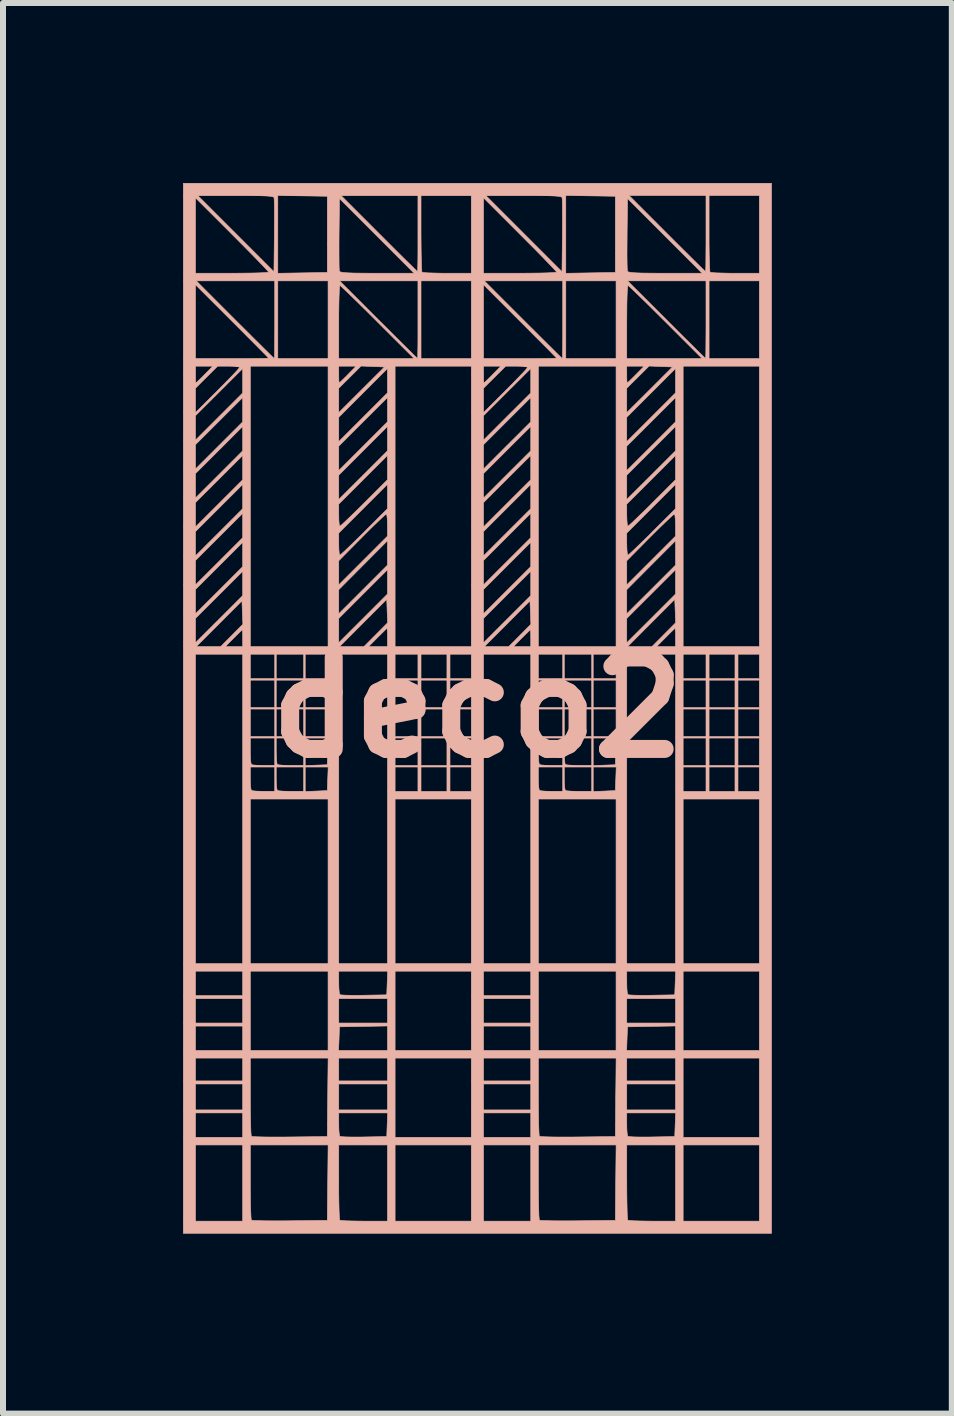
<source format=kicad_pcb>
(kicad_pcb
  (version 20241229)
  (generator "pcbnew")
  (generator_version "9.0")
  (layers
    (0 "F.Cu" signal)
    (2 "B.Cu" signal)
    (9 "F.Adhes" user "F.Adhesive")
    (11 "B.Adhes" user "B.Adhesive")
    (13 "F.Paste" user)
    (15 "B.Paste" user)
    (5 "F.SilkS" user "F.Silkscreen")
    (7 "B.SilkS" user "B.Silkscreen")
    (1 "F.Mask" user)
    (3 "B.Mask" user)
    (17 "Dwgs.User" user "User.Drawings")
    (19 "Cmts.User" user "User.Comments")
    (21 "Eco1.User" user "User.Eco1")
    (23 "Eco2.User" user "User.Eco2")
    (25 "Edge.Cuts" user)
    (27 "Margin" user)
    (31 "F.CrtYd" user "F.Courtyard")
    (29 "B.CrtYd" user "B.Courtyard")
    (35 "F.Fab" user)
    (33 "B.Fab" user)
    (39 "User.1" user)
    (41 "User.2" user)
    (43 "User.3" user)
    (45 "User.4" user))
  (footprint "deco2"
    (layer "F.Cu")
    (at 4.907 8.743)
    (property "Reference" "deco2" (at 0 0 0) (layer "B.SilkS") (effects (font (size 1.524 1.524) (thickness 0.3))))
    (attr through_hole)
    (fp_poly (pts (xy 4.902 8.763) (xy -4.902 8.763) (xy -4.902 7.29) (xy -4.699 7.29) (xy -4.699 8.56) (xy -3.912 8.56) (xy -3.912 7.29) (xy -3.785 7.29) (xy -3.785 7.908) (xy -3.784 8.08) (xy -3.782 8.235) (xy -3.779 8.366) (xy -3.775 8.466) (xy -3.771 8.527) (xy -3.767 8.543) (xy -3.738 8.548) (xy -3.665 8.551) (xy -3.556 8.554) (xy -3.417 8.555) (xy -3.256 8.555) (xy -3.126 8.554) (xy -2.502 8.547) (xy -2.495 7.918) (xy -2.488 7.29) (xy -2.311 7.29) (xy -2.311 7.908) (xy -2.311 8.08) (xy -2.309 8.235) (xy -2.306 8.366) (xy -2.302 8.466) (xy -2.298 8.527) (xy -2.294 8.543) (xy -2.264 8.549) (xy -2.193 8.554) (xy -2.089 8.557) (xy -1.961 8.559) (xy -1.888 8.56) (xy -1.499 8.56) (xy -1.499 7.29) (xy -1.372 7.29) (xy -1.372 8.56) (xy -0.102 8.56) (xy -0.102 7.29) (xy 0.102 7.29) (xy 0.102 8.56) (xy 0.889 8.56) (xy 0.889 7.29) (xy 1.016 7.29) (xy 1.016 7.908) (xy 1.017 8.08) (xy 1.019 8.235) (xy 1.022 8.366) (xy 1.025 8.466) (xy 1.03 8.527) (xy 1.033 8.543) (xy 1.063 8.548) (xy 1.135 8.551) (xy 1.245 8.554) (xy 1.384 8.555) (xy 1.545 8.555) (xy 1.675 8.554) (xy 2.299 8.547) (xy 2.305 7.918) (xy 2.312 7.29) (xy 2.489 7.29) (xy 2.489 7.908) (xy 2.49 8.08) (xy 2.492 8.235) (xy 2.495 8.366) (xy 2.498 8.466) (xy 2.503 8.527) (xy 2.506 8.543) (xy 2.536 8.549) (xy 2.608 8.554) (xy 2.712 8.557) (xy 2.839 8.559) (xy 2.913 8.56) (xy 3.302 8.56) (xy 3.302 7.29) (xy 3.429 7.29) (xy 3.429 8.56) (xy 4.699 8.56) (xy 4.699 7.29) (xy 3.429 7.29) (xy 3.302 7.29) (xy 2.489 7.29) (xy 2.312 7.29) (xy 1.016 7.29) (xy 0.889 7.29) (xy 0.102 7.29) (xy -0.102 7.29) (xy -1.372 7.29) (xy -1.499 7.29) (xy -2.311 7.29) (xy -2.488 7.29) (xy -3.785 7.29) (xy -3.912 7.29) (xy -4.699 7.29) (xy -4.902 7.29) (xy -4.902 6.756) (xy -4.699 6.756) (xy -4.699 7.163) (xy -3.912 7.163) (xy -3.912 6.756) (xy -4.699 6.756) (xy -4.902 6.756) (xy -4.902 6.274) (xy -4.699 6.274) (xy -4.699 6.706) (xy -3.912 6.706) (xy -3.912 6.274) (xy -4.699 6.274) (xy -4.902 6.274) (xy -4.902 5.842) (xy -4.699 5.842) (xy -4.699 6.223) (xy -3.912 6.223) (xy -3.912 5.842) (xy -3.785 5.842) (xy -3.785 6.485) (xy -3.784 6.661) (xy -3.782 6.82) (xy -3.779 6.955) (xy -3.776 7.059) (xy -3.771 7.125) (xy -3.767 7.146) (xy -3.738 7.151) (xy -3.665 7.154) (xy -3.556 7.157) (xy -3.417 7.158) (xy -3.256 7.158) (xy -3.126 7.157) (xy -2.502 7.15) (xy -2.498 6.756) (xy -2.311 6.756) (xy -2.311 6.943) (xy -2.309 7.036) (xy -2.303 7.108) (xy -2.295 7.145) (xy -2.294 7.147) (xy -2.264 7.152) (xy -2.192 7.156) (xy -2.088 7.158) (xy -1.961 7.158) (xy -1.894 7.157) (xy -1.511 7.15) (xy -1.496 6.756) (xy -2.311 6.756) (xy -2.498 6.756) (xy -2.495 6.496) (xy -2.493 6.274) (xy -2.311 6.274) (xy -2.311 6.706) (xy -1.499 6.706) (xy -1.499 6.274) (xy -2.311 6.274) (xy -2.493 6.274) (xy -2.488 5.842) (xy -2.311 5.842) (xy -2.311 6.223) (xy -1.499 6.223) (xy -1.499 5.842) (xy -1.372 5.842) (xy -1.372 7.163) (xy -0.102 7.163) (xy -0.102 6.756) (xy 0.102 6.756) (xy 0.102 7.163) (xy 0.889 7.163) (xy 0.889 6.756) (xy 0.102 6.756) (xy -0.102 6.756) (xy -0.102 6.274) (xy 0.102 6.274) (xy 0.102 6.706) (xy 0.889 6.706) (xy 0.889 6.274) (xy 0.102 6.274) (xy -0.102 6.274) (xy -0.102 5.842) (xy 0.102 5.842) (xy 0.102 6.223) (xy 0.889 6.223) (xy 0.889 5.842) (xy 1.016 5.842) (xy 1.016 6.485) (xy 1.017 6.661) (xy 1.019 6.82) (xy 1.021 6.955) (xy 1.025 7.059) (xy 1.029 7.125) (xy 1.033 7.146) (xy 1.063 7.151) (xy 1.135 7.154) (xy 1.245 7.157) (xy 1.384 7.158) (xy 1.545 7.158) (xy 1.675 7.157) (xy 2.299 7.15) (xy 2.303 6.756) (xy 2.489 6.756) (xy 2.489 6.943) (xy 2.491 7.036) (xy 2.497 7.108) (xy 2.506 7.145) (xy 2.507 7.147) (xy 2.537 7.152) (xy 2.609 7.156) (xy 2.713 7.158) (xy 2.84 7.158) (xy 2.907 7.157) (xy 3.289 7.15) (xy 3.304 6.756) (xy 2.489 6.756) (xy 2.303 6.756) (xy 2.305 6.496) (xy 2.308 6.274) (xy 2.489 6.274) (xy 2.489 6.706) (xy 3.302 6.706) (xy 3.302 6.274) (xy 2.489 6.274) (xy 2.308 6.274) (xy 2.312 5.842) (xy 2.489 5.842) (xy 2.489 6.223) (xy 3.302 6.223) (xy 3.302 5.842) (xy 3.429 5.842) (xy 3.429 7.163) (xy 4.699 7.163) (xy 4.699 5.842) (xy 3.429 5.842) (xy 3.302 5.842) (xy 2.489 5.842) (xy 2.312 5.842) (xy 1.016 5.842) (xy 0.889 5.842) (xy 0.102 5.842) (xy -0.102 5.842) (xy -1.372 5.842) (xy -1.499 5.842) (xy -2.311 5.842) (xy -2.488 5.842) (xy -3.785 5.842) (xy -3.912 5.842) (xy -4.699 5.842) (xy -4.902 5.842) (xy -4.902 5.309) (xy -4.699 5.309) (xy -4.699 5.715) (xy -3.912 5.715) (xy -3.912 5.309) (xy -4.699 5.309) (xy -4.902 5.309) (xy -4.902 4.851) (xy -4.699 4.851) (xy -4.699 5.258) (xy -3.912 5.258) (xy -3.912 4.851) (xy -4.699 4.851) (xy -4.902 4.851) (xy -4.902 4.394) (xy -4.699 4.394) (xy -4.699 4.801) (xy -3.912 4.801) (xy -3.912 4.394) (xy -3.785 4.394) (xy -3.785 5.715) (xy -2.489 5.715) (xy -2.314 5.715) (xy -1.499 5.715) (xy -1.499 5.307) (xy -2.299 5.321) (xy -2.306 5.518) (xy -2.314 5.715) (xy -2.489 5.715) (xy -2.489 4.851) (xy -2.311 4.851) (xy -2.311 5.258) (xy -1.499 5.258) (xy -1.499 4.851) (xy -2.311 4.851) (xy -2.489 4.851) (xy -2.489 4.394) (xy -2.311 4.394) (xy -2.311 4.58) (xy -2.309 4.673) (xy -2.303 4.746) (xy -2.295 4.783) (xy -2.294 4.784) (xy -2.264 4.79) (xy -2.192 4.794) (xy -2.088 4.796) (xy -1.961 4.796) (xy -1.894 4.795) (xy -1.511 4.788) (xy -1.496 4.394) (xy -1.372 4.394) (xy -1.372 5.715) (xy -0.102 5.715) (xy -0.102 5.309) (xy 0.102 5.309) (xy 0.102 5.715) (xy 0.889 5.715) (xy 0.889 5.309) (xy 0.102 5.309) (xy -0.102 5.309) (xy -0.102 4.851) (xy 0.102 4.851) (xy 0.102 5.258) (xy 0.889 5.258) (xy 0.889 4.851) (xy 0.102 4.851) (xy -0.102 4.851) (xy -0.102 4.394) (xy 0.102 4.394) (xy 0.102 4.801) (xy 0.889 4.801) (xy 0.889 4.394) (xy 1.016 4.394) (xy 1.016 5.715) (xy 2.311 5.715) (xy 2.487 5.715) (xy 3.302 5.715) (xy 3.302 5.307) (xy 2.502 5.321) (xy 2.494 5.518) (xy 2.487 5.715) (xy 2.311 5.715) (xy 2.311 4.851) (xy 2.489 4.851) (xy 2.489 5.258) (xy 3.302 5.258) (xy 3.302 4.851) (xy 2.489 4.851) (xy 2.311 4.851) (xy 2.311 4.394) (xy 2.489 4.394) (xy 2.489 4.58) (xy 2.491 4.673) (xy 2.497 4.746) (xy 2.506 4.783) (xy 2.507 4.784) (xy 2.537 4.79) (xy 2.609 4.794) (xy 2.713 4.796) (xy 2.84 4.796) (xy 2.907 4.795) (xy 3.289 4.788) (xy 3.304 4.394) (xy 3.429 4.394) (xy 3.429 5.715) (xy 4.699 5.715) (xy 4.699 4.394) (xy 3.429 4.394) (xy 3.304 4.394) (xy 2.489 4.394) (xy 2.311 4.394) (xy 1.016 4.394) (xy 0.889 4.394) (xy 0.102 4.394) (xy -0.102 4.394) (xy -1.372 4.394) (xy -1.496 4.394) (xy -2.311 4.394) (xy -2.489 4.394) (xy -3.785 4.394) (xy -3.912 4.394) (xy -4.699 4.394) (xy -4.902 4.394) (xy -4.902 -0.889) (xy -4.699 -0.889) (xy -4.699 4.267) (xy -3.912 4.267) (xy -3.912 1.524) (xy -3.785 1.524) (xy -3.785 4.267) (xy -2.489 4.267) (xy -2.489 1.524) (xy -3.785 1.524) (xy -3.912 1.524) (xy -3.912 0.991) (xy -3.785 0.991) (xy -3.785 1.177) (xy -3.782 1.27) (xy -3.777 1.342) (xy -3.769 1.379) (xy -3.768 1.38) (xy -3.736 1.388) (xy -3.667 1.394) (xy -3.576 1.397) (xy -3.564 1.397) (xy -3.378 1.397) (xy -3.378 0.991) (xy -3.353 0.991) (xy -3.353 1.177) (xy -3.351 1.27) (xy -3.345 1.342) (xy -3.337 1.379) (xy -3.336 1.38) (xy -3.304 1.388) (xy -3.235 1.394) (xy -3.141 1.397) (xy -3.107 1.397) (xy -2.896 1.397) (xy -2.896 0.991) (xy -2.87 0.991) (xy -2.87 1.399) (xy -2.686 1.392) (xy -2.502 1.384) (xy -2.487 0.991) (xy -2.87 0.991) (xy -2.896 0.991) (xy -3.353 0.991) (xy -3.378 0.991) (xy -3.785 0.991) (xy -3.912 0.991) (xy -3.912 0.508) (xy -3.785 0.508) (xy -3.785 0.72) (xy -3.783 0.819) (xy -3.778 0.898) (xy -3.77 0.943) (xy -3.768 0.948) (xy -3.736 0.957) (xy -3.667 0.963) (xy -3.576 0.965) (xy -3.564 0.965) (xy -3.378 0.965) (xy -3.378 0.508) (xy -3.353 0.508) (xy -3.353 0.72) (xy -3.351 0.819) (xy -3.346 0.898) (xy -3.339 0.943) (xy -3.336 0.948) (xy -3.304 0.956) (xy -3.235 0.962) (xy -3.141 0.965) (xy -3.107 0.965) (xy -2.896 0.965) (xy -2.896 0.508) (xy -2.87 0.508) (xy -2.87 0.967) (xy -2.686 0.96) (xy -2.502 0.953) (xy -2.495 0.73) (xy -2.487 0.508) (xy -2.87 0.508) (xy -2.896 0.508) (xy -3.353 0.508) (xy -3.378 0.508) (xy -3.785 0.508) (xy -3.912 0.508) (xy -3.912 0.025) (xy -3.785 0.025) (xy -3.785 0.483) (xy -3.378 0.483) (xy -3.378 0.025) (xy -3.353 0.025) (xy -3.353 0.483) (xy -2.896 0.483) (xy -2.896 0.025) (xy -2.87 0.025) (xy -2.87 0.483) (xy -2.489 0.483) (xy -2.489 0.025) (xy -2.87 0.025) (xy -2.896 0.025) (xy -3.353 0.025) (xy -3.378 0.025) (xy -3.785 0.025) (xy -3.912 0.025) (xy -3.912 -0.457) (xy -3.785 -0.457) (xy -3.785 0) (xy -3.378 0) (xy -3.378 -0.457) (xy -3.353 -0.457) (xy -3.353 0) (xy -2.896 0) (xy -2.896 -0.457) (xy -2.87 -0.457) (xy -2.87 0) (xy -2.489 0) (xy -2.489 -0.457) (xy -2.87 -0.457) (xy -2.896 -0.457) (xy -3.353 -0.457) (xy -3.378 -0.457) (xy -3.785 -0.457) (xy -3.912 -0.457) (xy -3.912 -0.889) (xy -3.785 -0.889) (xy -3.785 -0.483) (xy -3.378 -0.483) (xy -3.378 -0.889) (xy -3.353 -0.889) (xy -3.353 -0.483) (xy -2.896 -0.483) (xy -2.896 -0.889) (xy -2.87 -0.889) (xy -2.87 -0.483) (xy -2.489 -0.483) (xy -2.489 -0.889) (xy -2.311 -0.889) (xy -2.311 4.267) (xy -1.499 4.267) (xy -1.499 1.524) (xy -1.372 1.524) (xy -1.372 4.267) (xy -0.102 4.267) (xy -0.102 1.524) (xy -1.372 1.524) (xy -1.499 1.524) (xy -1.499 0.991) (xy -1.372 0.991) (xy -1.372 1.397) (xy -0.991 1.397) (xy -0.991 0.991) (xy -0.94 0.991) (xy -0.94 1.397) (xy -0.508 1.397) (xy -0.508 0.991) (xy -0.457 0.991) (xy -0.457 1.397) (xy -0.102 1.397) (xy -0.102 0.991) (xy -0.457 0.991) (xy -0.508 0.991) (xy -0.94 0.991) (xy -0.991 0.991) (xy -1.372 0.991) (xy -1.499 0.991) (xy -1.499 0.508) (xy -1.372 0.508) (xy -1.372 0.965) (xy -0.991 0.965) (xy -0.991 0.508) (xy -0.94 0.508) (xy -0.94 0.965) (xy -0.508 0.965) (xy -0.508 0.508) (xy -0.457 0.508) (xy -0.457 0.965) (xy -0.102 0.965) (xy -0.102 0.508) (xy -0.457 0.508) (xy -0.508 0.508) (xy -0.94 0.508) (xy -0.991 0.508) (xy -1.372 0.508) (xy -1.499 0.508) (xy -1.499 0.025) (xy -1.372 0.025) (xy -1.372 0.483) (xy -0.991 0.483) (xy -0.991 0.025) (xy -0.94 0.025) (xy -0.94 0.483) (xy -0.508 0.483) (xy -0.508 0.025) (xy -0.457 0.025) (xy -0.457 0.483) (xy -0.102 0.483) (xy -0.102 0.025) (xy -0.457 0.025) (xy -0.508 0.025) (xy -0.94 0.025) (xy -0.991 0.025) (xy -1.372 0.025) (xy -1.499 0.025) (xy -1.499 -0.457) (xy -1.372 -0.457) (xy -1.372 0) (xy -0.991 0) (xy -0.991 -0.457) (xy -0.94 -0.457) (xy -0.94 0) (xy -0.508 0) (xy -0.508 -0.457) (xy -0.457 -0.457) (xy -0.457 0) (xy -0.102 0) (xy -0.102 -0.457) (xy -0.457 -0.457) (xy -0.508 -0.457) (xy -0.94 -0.457) (xy -0.991 -0.457) (xy -1.372 -0.457) (xy -1.499 -0.457) (xy -1.499 -0.889) (xy -1.372 -0.889) (xy -1.372 -0.483) (xy -0.991 -0.483) (xy -0.991 -0.889) (xy -0.94 -0.889) (xy -0.94 -0.483) (xy -0.508 -0.483) (xy -0.508 -0.889) (xy -0.457 -0.889) (xy -0.457 -0.483) (xy -0.102 -0.483) (xy -0.102 -0.889) (xy 0.102 -0.889) (xy 0.102 4.267) (xy 0.889 4.267) (xy 0.889 1.524) (xy 1.016 1.524) (xy 1.016 4.267) (xy 2.311 4.267) (xy 2.311 1.524) (xy 1.016 1.524) (xy 0.889 1.524) (xy 0.889 0.991) (xy 1.016 0.991) (xy 1.016 1.177) (xy 1.018 1.27) (xy 1.024 1.342) (xy 1.032 1.379) (xy 1.033 1.38) (xy 1.065 1.388) (xy 1.134 1.394) (xy 1.225 1.397) (xy 1.236 1.397) (xy 1.422 1.397) (xy 1.422 0.991) (xy 1.448 0.991) (xy 1.448 1.177) (xy 1.45 1.27) (xy 1.456 1.342) (xy 1.464 1.379) (xy 1.465 1.38) (xy 1.496 1.388) (xy 1.566 1.394) (xy 1.66 1.397) (xy 1.693 1.397) (xy 1.905 1.397) (xy 1.905 0.991) (xy 1.93 0.991) (xy 1.93 1.399) (xy 2.115 1.392) (xy 2.299 1.384) (xy 2.314 0.991) (xy 1.93 0.991) (xy 1.905 0.991) (xy 1.448 0.991) (xy 1.422 0.991) (xy 1.016 0.991) (xy 0.889 0.991) (xy 0.889 0.508) (xy 1.016 0.508) (xy 1.016 0.72) (xy 1.018 0.819) (xy 1.023 0.898) (xy 1.03 0.943) (xy 1.033 0.948) (xy 1.065 0.957) (xy 1.134 0.963) (xy 1.225 0.965) (xy 1.236 0.965) (xy 1.422 0.965) (xy 1.422 0.508) (xy 1.448 0.508) (xy 1.448 0.72) (xy 1.45 0.819) (xy 1.455 0.898) (xy 1.462 0.943) (xy 1.465 0.948) (xy 1.496 0.956) (xy 1.566 0.962) (xy 1.66 0.965) (xy 1.693 0.965) (xy 1.905 0.965) (xy 1.905 0.508) (xy 1.93 0.508) (xy 1.93 0.967) (xy 2.115 0.96) (xy 2.299 0.953) (xy 2.306 0.73) (xy 2.313 0.508) (xy 1.93 0.508) (xy 1.905 0.508) (xy 1.448 0.508) (xy 1.422 0.508) (xy 1.016 0.508) (xy 0.889 0.508) (xy 0.889 0.025) (xy 1.016 0.025) (xy 1.016 0.483) (xy 1.422 0.483) (xy 1.422 0.025) (xy 1.448 0.025) (xy 1.448 0.483) (xy 1.905 0.483) (xy 1.905 0.025) (xy 1.93 0.025) (xy 1.93 0.483) (xy 2.311 0.483) (xy 2.311 0.025) (xy 1.93 0.025) (xy 1.905 0.025) (xy 1.448 0.025) (xy 1.422 0.025) (xy 1.016 0.025) (xy 0.889 0.025) (xy 0.889 -0.457) (xy 1.016 -0.457) (xy 1.016 0) (xy 1.422 0) (xy 1.422 -0.457) (xy 1.448 -0.457) (xy 1.448 0) (xy 1.905 0) (xy 1.905 -0.457) (xy 1.93 -0.457) (xy 1.93 0) (xy 2.311 0) (xy 2.311 -0.457) (xy 1.93 -0.457) (xy 1.905 -0.457) (xy 1.448 -0.457) (xy 1.422 -0.457) (xy 1.016 -0.457) (xy 0.889 -0.457) (xy 0.889 -0.889) (xy 1.016 -0.889) (xy 1.016 -0.483) (xy 1.422 -0.483) (xy 1.422 -0.889) (xy 1.448 -0.889) (xy 1.448 -0.483) (xy 1.905 -0.483) (xy 1.905 -0.889) (xy 1.93 -0.889) (xy 1.93 -0.483) (xy 2.311 -0.483) (xy 2.311 -0.889) (xy 2.489 -0.889) (xy 2.489 4.267) (xy 3.302 4.267) (xy 3.302 1.524) (xy 3.429 1.524) (xy 3.429 4.267) (xy 4.699 4.267) (xy 4.699 1.524) (xy 3.429 1.524) (xy 3.302 1.524) (xy 3.302 0.991) (xy 3.429 0.991) (xy 3.429 1.397) (xy 3.81 1.397) (xy 3.81 0.991) (xy 3.861 0.991) (xy 3.861 1.397) (xy 4.293 1.397) (xy 4.293 0.991) (xy 4.343 0.991) (xy 4.343 1.397) (xy 4.699 1.397) (xy 4.699 0.991) (xy 4.343 0.991) (xy 4.293 0.991) (xy 3.861 0.991) (xy 3.81 0.991) (xy 3.429 0.991) (xy 3.302 0.991) (xy 3.302 0.508) (xy 3.429 0.508) (xy 3.429 0.965) (xy 3.81 0.965) (xy 3.81 0.508) (xy 3.861 0.508) (xy 3.861 0.965) (xy 4.293 0.965) (xy 4.293 0.508) (xy 4.343 0.508) (xy 4.343 0.965) (xy 4.699 0.965) (xy 4.699 0.508) (xy 4.343 0.508) (xy 4.293 0.508) (xy 3.861 0.508) (xy 3.81 0.508) (xy 3.429 0.508) (xy 3.302 0.508) (xy 3.302 0.025) (xy 3.429 0.025) (xy 3.429 0.483) (xy 3.81 0.483) (xy 3.81 0.025) (xy 3.861 0.025) (xy 3.861 0.483) (xy 4.293 0.483) (xy 4.293 0.025) (xy 4.343 0.025) (xy 4.343 0.483) (xy 4.699 0.483) (xy 4.699 0.025) (xy 4.343 0.025) (xy 4.293 0.025) (xy 3.861 0.025) (xy 3.81 0.025) (xy 3.429 0.025) (xy 3.302 0.025) (xy 3.302 -0.457) (xy 3.429 -0.457) (xy 3.429 0) (xy 3.81 0) (xy 3.81 -0.457) (xy 3.861 -0.457) (xy 3.861 0) (xy 4.293 0) (xy 4.293 -0.457) (xy 4.343 -0.457) (xy 4.343 0) (xy 4.699 0) (xy 4.699 -0.457) (xy 4.343 -0.457) (xy 4.293 -0.457) (xy 3.861 -0.457) (xy 3.81 -0.457) (xy 3.429 -0.457) (xy 3.302 -0.457) (xy 3.302 -0.889) (xy 3.429 -0.889) (xy 3.429 -0.483) (xy 3.81 -0.483) (xy 3.81 -0.889) (xy 3.861 -0.889) (xy 3.861 -0.483) (xy 4.293 -0.483) (xy 4.293 -0.889) (xy 4.343 -0.889) (xy 4.343 -0.483) (xy 4.699 -0.483) (xy 4.699 -0.889) (xy 4.343 -0.889) (xy 4.293 -0.889) (xy 3.861 -0.889) (xy 3.81 -0.889) (xy 3.429 -0.889) (xy 3.302 -0.889) (xy 2.489 -0.889) (xy 2.311 -0.889) (xy 1.93 -0.889) (xy 1.905 -0.889) (xy 1.448 -0.889) (xy 1.422 -0.889) (xy 1.016 -0.889) (xy 0.889 -0.889) (xy 0.102 -0.889) (xy -0.102 -0.889) (xy -0.457 -0.889) (xy -0.508 -0.889) (xy -0.94 -0.889) (xy -0.991 -0.889) (xy -1.372 -0.889) (xy -1.499 -0.889) (xy -2.311 -0.889) (xy -2.489 -0.889) (xy -2.87 -0.889) (xy -2.896 -0.889) (xy -3.353 -0.889) (xy -3.378 -0.889) (xy -3.785 -0.889) (xy -3.912 -0.889) (xy -4.699 -0.889) (xy -4.902 -0.889) (xy -4.902 -1.016) (xy -4.686 -1.016) (xy -4.279 -1.016) (xy -4.202 -1.016) (xy -3.912 -1.016) (xy -3.912 -1.156) (xy -3.913 -1.232) (xy -3.916 -1.283) (xy -3.919 -1.295) (xy -3.939 -1.279) (xy -3.985 -1.234) (xy -4.049 -1.171) (xy -4.064 -1.156) (xy -4.202 -1.016) (xy -4.279 -1.016) (xy -4.094 -1.202) (xy -3.909 -1.388) (xy -3.917 -1.583) (xy -3.924 -1.779) (xy -4.305 -1.397) (xy -4.686 -1.016) (xy -4.902 -1.016) (xy -4.902 -1.487) (xy -4.699 -1.487) (xy -4.699 -1.08) (xy -4.305 -1.473) (xy -3.912 -1.866) (xy -3.912 -2.273) (xy -4.305 -1.88) (xy -4.699 -1.487) (xy -4.902 -1.487) (xy -4.902 -1.969) (xy -4.699 -1.969) (xy -4.699 -1.563) (xy -4.305 -1.956) (xy -3.912 -2.349) (xy -3.912 -2.755) (xy -4.305 -2.362) (xy -4.699 -1.969) (xy -4.902 -1.969) (xy -4.902 -2.452) (xy -4.699 -2.452) (xy -4.699 -2.045) (xy -4.305 -2.438) (xy -3.912 -2.831) (xy -3.912 -3.238) (xy -4.305 -2.845) (xy -4.699 -2.452) (xy -4.902 -2.452) (xy -4.902 -2.934) (xy -4.699 -2.934) (xy -4.699 -2.528) (xy -4.305 -2.921) (xy -3.912 -3.314) (xy -3.912 -3.72) (xy -4.305 -3.327) (xy -4.699 -2.934) (xy -4.902 -2.934) (xy -4.902 -3.417) (xy -4.699 -3.417) (xy -4.699 -3.011) (xy -4.305 -3.404) (xy -3.912 -3.797) (xy -3.912 -4.203) (xy -4.305 -3.81) (xy -4.699 -3.417) (xy -4.902 -3.417) (xy -4.902 -3.9) (xy -4.699 -3.9) (xy -4.699 -3.493) (xy -4.305 -3.886) (xy -3.912 -4.279) (xy -3.912 -4.686) (xy -4.305 -4.293) (xy -4.699 -3.9) (xy -4.902 -3.9) (xy -4.902 -4.382) (xy -4.699 -4.382) (xy -4.699 -3.976) (xy -4.305 -4.369) (xy -3.912 -4.762) (xy -3.912 -5.168) (xy -4.305 -4.775) (xy -4.699 -4.382) (xy -4.902 -4.382) (xy -4.902 -4.865) (xy -4.699 -4.865) (xy -4.699 -4.458) (xy -4.305 -4.851) (xy -3.912 -5.244) (xy -3.912 -5.651) (xy -4.305 -5.258) (xy -4.699 -4.865) (xy -4.902 -4.865) (xy -4.902 -5.323) (xy -4.699 -5.323) (xy -4.699 -4.916) (xy -4.331 -5.283) (xy -4.22 -5.395) (xy -4.122 -5.495) (xy -4.043 -5.577) (xy -3.989 -5.637) (xy -3.963 -5.668) (xy -3.962 -5.67) (xy -3.986 -5.68) (xy -4.047 -5.687) (xy -4.134 -5.69) (xy -4.146 -5.69) (xy -3.785 -5.69) (xy -3.785 -1.016) (xy -2.489 -1.016) (xy -2.298 -1.016) (xy -1.891 -1.016) (xy -1.815 -1.016) (xy -1.499 -1.016) (xy -1.499 -1.168) (xy -1.5 -1.249) (xy -1.502 -1.304) (xy -1.506 -1.321) (xy -1.526 -1.304) (xy -1.572 -1.259) (xy -1.637 -1.195) (xy -1.664 -1.168) (xy -1.815 -1.016) (xy -1.891 -1.016) (xy -1.496 -1.413) (xy -1.504 -1.609) (xy -1.511 -1.804) (xy -1.905 -1.41) (xy -2.298 -1.016) (xy -2.489 -1.016) (xy -2.489 -1.486) (xy -2.311 -1.486) (xy -2.311 -1.08) (xy -1.905 -1.486) (xy -1.499 -1.892) (xy -1.499 -2.298) (xy -1.905 -1.892) (xy -2.311 -1.486) (xy -2.489 -1.486) (xy -2.489 -1.965) (xy -2.311 -1.965) (xy -2.311 -1.563) (xy -1.905 -1.968) (xy -1.499 -2.374) (xy -1.499 -2.578) (xy -1.499 -2.781) (xy -1.905 -2.373) (xy -2.311 -1.965) (xy -2.489 -1.965) (xy -2.489 -2.447) (xy -2.311 -2.447) (xy -2.311 -2.045) (xy -1.905 -2.451) (xy -1.499 -2.857) (xy -1.499 -3.041) (xy -1.501 -3.131) (xy -1.508 -3.196) (xy -1.517 -3.225) (xy -1.519 -3.226) (xy -1.542 -3.209) (xy -1.595 -3.16) (xy -1.673 -3.086) (xy -1.77 -2.992) (xy -1.88 -2.882) (xy -1.925 -2.837) (xy -2.311 -2.447) (xy -2.489 -2.447) (xy -2.489 -2.909) (xy -2.311 -2.909) (xy -2.311 -2.724) (xy -2.309 -2.635) (xy -2.303 -2.569) (xy -2.294 -2.54) (xy -2.293 -2.54) (xy -2.27 -2.557) (xy -2.217 -2.605) (xy -2.139 -2.679) (xy -2.042 -2.773) (xy -1.931 -2.882) (xy -1.886 -2.927) (xy -1.499 -3.314) (xy -1.499 -3.721) (xy -1.905 -3.315) (xy -2.311 -2.909) (xy -2.489 -2.909) (xy -2.489 -3.391) (xy -2.311 -3.391) (xy -2.311 -3.207) (xy -2.309 -3.118) (xy -2.303 -3.052) (xy -2.294 -3.023) (xy -2.293 -3.023) (xy -2.27 -3.04) (xy -2.217 -3.088) (xy -2.139 -3.162) (xy -2.042 -3.256) (xy -1.931 -3.365) (xy -1.886 -3.41) (xy -1.499 -3.797) (xy -1.499 -4.203) (xy -1.905 -3.797) (xy -2.311 -3.391) (xy -2.489 -3.391) (xy -2.489 -3.874) (xy -2.311 -3.874) (xy -2.311 -3.468) (xy -1.905 -3.873) (xy -1.499 -4.279) (xy -1.499 -4.686) (xy -1.905 -4.28) (xy -2.311 -3.874) (xy -2.489 -3.874) (xy -2.489 -4.357) (xy -2.311 -4.357) (xy -2.311 -3.95) (xy -1.905 -4.356) (xy -1.499 -4.762) (xy -1.499 -5.168) (xy -1.905 -4.763) (xy -2.311 -4.357) (xy -2.489 -4.357) (xy -2.489 -4.839) (xy -2.311 -4.839) (xy -2.311 -4.433) (xy -1.905 -4.839) (xy -1.499 -5.245) (xy -1.499 -5.651) (xy -1.905 -5.245) (xy -2.311 -4.839) (xy -2.489 -4.839) (xy -2.489 -5.323) (xy -2.311 -5.323) (xy -2.311 -4.916) (xy -1.93 -5.296) (xy -1.548 -5.677) (xy -1.744 -5.684) (xy -1.88 -5.69) (xy -1.372 -5.69) (xy -1.372 -1.016) (xy -0.102 -1.016) (xy 0.115 -1.016) (xy 0.522 -1.016) (xy 0.599 -1.016) (xy 0.889 -1.016) (xy 0.889 -1.156) (xy 0.888 -1.232) (xy 0.885 -1.283) (xy 0.882 -1.295) (xy 0.862 -1.279) (xy 0.816 -1.234) (xy 0.752 -1.171) (xy 0.737 -1.156) (xy 0.599 -1.016) (xy 0.522 -1.016) (xy 0.707 -1.202) (xy 0.891 -1.388) (xy 0.884 -1.583) (xy 0.876 -1.779) (xy 0.496 -1.397) (xy 0.115 -1.016) (xy -0.102 -1.016) (xy -0.102 -1.487) (xy 0.102 -1.487) (xy 0.102 -1.08) (xy 0.495 -1.473) (xy 0.889 -1.866) (xy 0.889 -2.273) (xy 0.495 -1.88) (xy 0.102 -1.487) (xy -0.102 -1.487) (xy -0.102 -1.969) (xy 0.102 -1.969) (xy 0.102 -1.563) (xy 0.495 -1.956) (xy 0.889 -2.349) (xy 0.889 -2.755) (xy 0.495 -2.362) (xy 0.102 -1.969) (xy -0.102 -1.969) (xy -0.102 -2.452) (xy 0.102 -2.452) (xy 0.102 -2.045) (xy 0.495 -2.438) (xy 0.889 -2.831) (xy 0.889 -3.238) (xy 0.495 -2.845) (xy 0.102 -2.452) (xy -0.102 -2.452) (xy -0.102 -2.934) (xy 0.102 -2.934) (xy 0.102 -2.528) (xy 0.495 -2.921) (xy 0.889 -3.314) (xy 0.889 -3.72) (xy 0.495 -3.327) (xy 0.102 -2.934) (xy -0.102 -2.934) (xy -0.102 -3.417) (xy 0.102 -3.417) (xy 0.102 -3.011) (xy 0.495 -3.404) (xy 0.889 -3.797) (xy 0.889 -4.203) (xy 0.495 -3.81) (xy 0.102 -3.417) (xy -0.102 -3.417) (xy -0.102 -3.9) (xy 0.102 -3.9) (xy 0.102 -3.493) (xy 0.495 -3.886) (xy 0.889 -4.279) (xy 0.889 -4.686) (xy 0.495 -4.293) (xy 0.102 -3.9) (xy -0.102 -3.9) (xy -0.102 -4.382) (xy 0.102 -4.382) (xy 0.102 -3.976) (xy 0.495 -4.369) (xy 0.889 -4.762) (xy 0.889 -5.168) (xy 0.495 -4.775) (xy 0.102 -4.382) (xy -0.102 -4.382) (xy -0.102 -4.865) (xy 0.102 -4.865) (xy 0.102 -4.458) (xy 0.495 -4.851) (xy 0.889 -5.244) (xy 0.889 -5.651) (xy 0.495 -5.258) (xy 0.102 -4.865) (xy -0.102 -4.865) (xy -0.102 -5.323) (xy 0.102 -5.323) (xy 0.102 -4.916) (xy 0.47 -5.283) (xy 0.581 -5.395) (xy 0.678 -5.495) (xy 0.757 -5.577) (xy 0.812 -5.637) (xy 0.837 -5.668) (xy 0.838 -5.67) (xy 0.815 -5.68) (xy 0.753 -5.687) (xy 0.667 -5.69) (xy 0.655 -5.69) (xy 1.016 -5.69) (xy 1.016 -1.016) (xy 2.311 -1.016) (xy 2.503 -1.016) (xy 2.909 -1.016) (xy 2.986 -1.016) (xy 3.302 -1.016) (xy 3.302 -1.168) (xy 3.301 -1.249) (xy 3.298 -1.304) (xy 3.295 -1.321) (xy 3.275 -1.304) (xy 3.228 -1.259) (xy 3.164 -1.195) (xy 3.137 -1.168) (xy 2.986 -1.016) (xy 2.909 -1.016) (xy 3.304 -1.413) (xy 3.297 -1.609) (xy 3.289 -1.804) (xy 2.896 -1.41) (xy 2.503 -1.016) (xy 2.311 -1.016) (xy 2.311 -1.486) (xy 2.489 -1.486) (xy 2.489 -1.08) (xy 2.896 -1.486) (xy 3.302 -1.892) (xy 3.302 -2.298) (xy 2.896 -1.892) (xy 2.489 -1.486) (xy 2.311 -1.486) (xy 2.311 -1.965) (xy 2.489 -1.965) (xy 2.489 -1.563) (xy 2.896 -1.968) (xy 3.302 -2.374) (xy 3.302 -2.578) (xy 3.302 -2.781) (xy 2.895 -2.373) (xy 2.489 -1.965) (xy 2.311 -1.965) (xy 2.311 -2.447) (xy 2.489 -2.447) (xy 2.489 -2.045) (xy 2.896 -2.451) (xy 3.302 -2.857) (xy 3.302 -3.041) (xy 3.299 -3.131) (xy 3.293 -3.196) (xy 3.283 -3.225) (xy 3.282 -3.226) (xy 3.259 -3.209) (xy 3.206 -3.16) (xy 3.128 -3.086) (xy 3.031 -2.992) (xy 2.92 -2.882) (xy 2.875 -2.837) (xy 2.489 -2.447) (xy 2.311 -2.447) (xy 2.311 -2.909) (xy 2.489 -2.909) (xy 2.489 -2.724) (xy 2.492 -2.635) (xy 2.498 -2.569) (xy 2.507 -2.54) (xy 2.508 -2.54) (xy 2.531 -2.557) (xy 2.584 -2.605) (xy 2.661 -2.679) (xy 2.759 -2.773) (xy 2.87 -2.882) (xy 2.914 -2.927) (xy 3.302 -3.314) (xy 3.302 -3.721) (xy 2.896 -3.315) (xy 2.489 -2.909) (xy 2.311 -2.909) (xy 2.311 -3.391) (xy 2.489 -3.391) (xy 2.489 -3.207) (xy 2.492 -3.118) (xy 2.498 -3.052) (xy 2.507 -3.023) (xy 2.508 -3.023) (xy 2.531 -3.04) (xy 2.584 -3.088) (xy 2.661 -3.162) (xy 2.759 -3.256) (xy 2.87 -3.365) (xy 2.914 -3.41) (xy 3.302 -3.797) (xy 3.302 -4.203) (xy 2.896 -3.797) (xy 2.489 -3.391) (xy 2.311 -3.391) (xy 2.311 -3.874) (xy 2.489 -3.874) (xy 2.489 -3.468) (xy 2.896 -3.873) (xy 3.302 -4.279) (xy 3.302 -4.686) (xy 2.896 -4.28) (xy 2.489 -3.874) (xy 2.311 -3.874) (xy 2.311 -4.357) (xy 2.489 -4.357) (xy 2.489 -3.95) (xy 2.896 -4.356) (xy 3.302 -4.762) (xy 3.302 -5.168) (xy 2.896 -4.763) (xy 2.489 -4.357) (xy 2.311 -4.357) (xy 2.311 -4.839) (xy 2.489 -4.839) (xy 2.489 -4.433) (xy 2.896 -4.839) (xy 3.302 -5.245) (xy 3.302 -5.651) (xy 2.896 -5.245) (xy 2.489 -4.839) (xy 2.311 -4.839) (xy 2.311 -5.323) (xy 2.489 -5.323) (xy 2.489 -4.916) (xy 2.871 -5.296) (xy 3.252 -5.677) (xy 3.057 -5.684) (xy 2.921 -5.69) (xy 3.429 -5.69) (xy 3.429 -1.016) (xy 4.699 -1.016) (xy 4.699 -5.69) (xy 3.429 -5.69) (xy 2.921 -5.69) (xy 2.861 -5.692) (xy 2.675 -5.507) (xy 2.489 -5.323) (xy 2.311 -5.323) (xy 2.311 -5.69) (xy 2.489 -5.69) (xy 2.489 -5.55) (xy 2.49 -5.473) (xy 2.493 -5.423) (xy 2.496 -5.41) (xy 2.516 -5.427) (xy 2.563 -5.471) (xy 2.626 -5.534) (xy 2.642 -5.55) (xy 2.78 -5.69) (xy 2.489 -5.69) (xy 2.311 -5.69) (xy 1.016 -5.69) (xy 0.655 -5.69) (xy 0.471 -5.69) (xy 0.102 -5.323) (xy -0.102 -5.323) (xy -0.102 -5.69) (xy 0.102 -5.69) (xy 0.102 -5.55) (xy 0.103 -5.473) (xy 0.106 -5.423) (xy 0.109 -5.41) (xy 0.129 -5.427) (xy 0.175 -5.471) (xy 0.239 -5.534) (xy 0.254 -5.55) (xy 0.392 -5.69) (xy 0.102 -5.69) (xy -0.102 -5.69) (xy -1.372 -5.69) (xy -1.88 -5.69) (xy -1.94 -5.692) (xy -2.125 -5.507) (xy -2.311 -5.323) (xy -2.489 -5.323) (xy -2.489 -5.69) (xy -2.311 -5.69) (xy -2.311 -5.55) (xy -2.31 -5.473) (xy -2.307 -5.423) (xy -2.304 -5.41) (xy -2.284 -5.427) (xy -2.238 -5.471) (xy -2.174 -5.534) (xy -2.159 -5.55) (xy -2.021 -5.69) (xy -2.311 -5.69) (xy -2.489 -5.69) (xy -3.785 -5.69) (xy -4.146 -5.69) (xy -4.33 -5.69) (xy -4.699 -5.323) (xy -4.902 -5.323) (xy -4.902 -5.69) (xy -4.699 -5.69) (xy -4.699 -5.55) (xy -4.698 -5.473) (xy -4.695 -5.423) (xy -4.692 -5.41) (xy -4.672 -5.427) (xy -4.626 -5.471) (xy -4.562 -5.534) (xy -4.547 -5.55) (xy -4.409 -5.69) (xy -4.699 -5.69) (xy -4.902 -5.69) (xy -4.902 -6.432) (xy -4.699 -6.432) (xy -4.699 -5.817) (xy -4.089 -5.817) (xy -3.919 -5.817) (xy -3.768 -5.818) (xy -3.641 -5.819) (xy -3.547 -5.82) (xy -3.492 -5.822) (xy -3.48 -5.823) (xy -3.497 -5.842) (xy -3.546 -5.893) (xy -3.623 -5.971) (xy -3.723 -6.072) (xy -3.843 -6.192) (xy -3.978 -6.328) (xy -4.089 -6.439) (xy -4.699 -7.048) (xy -4.699 -6.432) (xy -4.902 -6.432) (xy -4.902 -7.112) (xy -4.686 -7.112) (xy -4.039 -6.464) (xy -3.89 -6.316) (xy -3.753 -6.179) (xy -3.632 -6.059) (xy -3.53 -5.958) (xy -3.452 -5.881) (xy -3.403 -5.833) (xy -3.385 -5.817) (xy -3.383 -5.841) (xy -3.381 -5.909) (xy -3.38 -6.015) (xy -3.379 -6.151) (xy -3.378 -6.311) (xy -3.378 -6.464) (xy -3.378 -7.112) (xy -3.327 -7.112) (xy -3.327 -5.817) (xy -2.489 -5.817) (xy -2.489 -6.426) (xy -2.311 -6.426) (xy -2.311 -5.817) (xy -1.054 -5.817) (xy -1.664 -6.426) (xy -1.808 -6.57) (xy -1.942 -6.702) (xy -2.06 -6.818) (xy -2.158 -6.913) (xy -2.233 -6.984) (xy -2.279 -7.026) (xy -2.292 -7.036) (xy -2.298 -7.012) (xy -2.302 -6.943) (xy -2.306 -6.838) (xy -2.309 -6.703) (xy -2.311 -6.545) (xy -2.311 -6.426) (xy -2.489 -6.426) (xy -2.489 -7.112) (xy -2.298 -7.112) (xy -1.651 -6.464) (xy -1.502 -6.316) (xy -1.365 -6.179) (xy -1.244 -6.059) (xy -1.142 -5.958) (xy -1.065 -5.881) (xy -1.015 -5.833) (xy -0.997 -5.817) (xy -0.995 -5.841) (xy -0.994 -5.909) (xy -0.992 -6.015) (xy -0.991 -6.151) (xy -0.991 -6.311) (xy -0.991 -6.464) (xy -0.991 -7.112) (xy -0.94 -7.112) (xy -0.94 -5.817) (xy -0.102 -5.817) (xy 0.102 -5.817) (xy 0.711 -5.817) (xy 0.881 -5.817) (xy 1.033 -5.818) (xy 1.159 -5.819) (xy 1.254 -5.82) (xy 1.309 -5.822) (xy 1.321 -5.823) (xy 1.304 -5.842) (xy 1.254 -5.893) (xy 1.178 -5.971) (xy 1.077 -6.072) (xy 0.957 -6.192) (xy 0.822 -6.328) (xy 0.711 -6.439) (xy 0.102 -7.048) (xy 0.102 -5.817) (xy -0.102 -5.817) (xy -0.102 -7.112) (xy 0.115 -7.112) (xy 0.762 -6.464) (xy 0.911 -6.316) (xy 1.048 -6.179) (xy 1.169 -6.059) (xy 1.271 -5.958) (xy 1.348 -5.881) (xy 1.398 -5.833) (xy 1.416 -5.817) (xy 1.418 -5.841) (xy 1.419 -5.909) (xy 1.421 -6.015) (xy 1.422 -6.151) (xy 1.422 -6.311) (xy 1.422 -6.464) (xy 1.422 -7.112) (xy 1.473 -7.112) (xy 1.473 -5.817) (xy 2.311 -5.817) (xy 2.311 -6.426) (xy 2.489 -6.426) (xy 2.489 -5.817) (xy 3.746 -5.817) (xy 3.137 -6.426) (xy 2.992 -6.57) (xy 2.859 -6.702) (xy 2.741 -6.818) (xy 2.642 -6.913) (xy 2.568 -6.984) (xy 2.522 -7.026) (xy 2.508 -7.036) (xy 2.503 -7.012) (xy 2.498 -6.943) (xy 2.494 -6.838) (xy 2.491 -6.703) (xy 2.49 -6.545) (xy 2.489 -6.426) (xy 2.311 -6.426) (xy 2.311 -7.112) (xy 2.502 -7.112) (xy 3.15 -6.464) (xy 3.298 -6.316) (xy 3.435 -6.179) (xy 3.557 -6.059) (xy 3.658 -5.958) (xy 3.736 -5.881) (xy 3.786 -5.833) (xy 3.803 -5.817) (xy 3.805 -5.841) (xy 3.807 -5.909) (xy 3.808 -6.015) (xy 3.809 -6.151) (xy 3.81 -6.311) (xy 3.81 -6.464) (xy 3.81 -7.112) (xy 3.861 -7.112) (xy 3.861 -5.817) (xy 4.699 -5.817) (xy 4.699 -7.112) (xy 3.861 -7.112) (xy 3.81 -7.112) (xy 2.502 -7.112) (xy 2.311 -7.112) (xy 1.473 -7.112) (xy 1.422 -7.112) (xy 0.115 -7.112) (xy -0.102 -7.112) (xy -0.94 -7.112) (xy -0.991 -7.112) (xy -2.298 -7.112) (xy -2.489 -7.112) (xy -3.327 -7.112) (xy -3.378 -7.112) (xy -4.686 -7.112) (xy -4.902 -7.112) (xy -4.902 -7.238) (xy -3.327 -7.238) (xy 1.473 -7.238) (xy 2.299 -7.252) (xy 2.299 -7.571) (xy 2.493 -7.571) (xy 2.494 -7.442) (xy 2.496 -7.344) (xy 2.499 -7.285) (xy 2.501 -7.271) (xy 2.516 -7.261) (xy 2.558 -7.252) (xy 2.629 -7.246) (xy 2.736 -7.242) (xy 2.882 -7.24) (xy 3.074 -7.239) (xy 3.13 -7.239) (xy 3.746 -7.239) (xy 3.124 -7.862) (xy 2.502 -8.484) (xy 2.495 -7.894) (xy 2.494 -7.724) (xy 2.493 -7.571) (xy 2.299 -7.571) (xy 2.299 -8.522) (xy 1.886 -8.529) (xy 1.548 -8.534) (xy 2.528 -8.534) (xy 3.162 -7.899) (xy 3.309 -7.752) (xy 3.445 -7.617) (xy 3.565 -7.498) (xy 3.664 -7.4) (xy 3.74 -7.325) (xy 3.788 -7.279) (xy 3.803 -7.264) (xy 3.805 -7.289) (xy 3.807 -7.357) (xy 3.808 -7.462) (xy 3.809 -7.598) (xy 3.81 -7.758) (xy 3.81 -7.899) (xy 3.81 -8.534) (xy 3.861 -8.534) (xy 3.861 -7.904) (xy 3.861 -7.73) (xy 3.863 -7.572) (xy 3.866 -7.44) (xy 3.87 -7.338) (xy 3.874 -7.274) (xy 3.878 -7.256) (xy 3.908 -7.25) (xy 3.979 -7.245) (xy 4.084 -7.242) (xy 4.212 -7.239) (xy 4.297 -7.239) (xy 4.699 -7.239) (xy 4.699 -8.534) (xy 3.861 -8.534) (xy 3.81 -8.534) (xy 2.528 -8.534) (xy 1.548 -8.534) (xy 1.473 -8.536) (xy 1.473 -7.238) (xy -3.327 -7.238) (xy -2.502 -7.252) (xy -2.502 -7.571) (xy -2.307 -7.571) (xy -2.306 -7.442) (xy -2.305 -7.344) (xy -2.302 -7.285) (xy -2.3 -7.271) (xy -2.284 -7.261) (xy -2.243 -7.252) (xy -2.172 -7.246) (xy -2.065 -7.242) (xy -1.918 -7.24) (xy -1.727 -7.239) (xy -1.671 -7.239) (xy -1.054 -7.239) (xy -1.677 -7.862) (xy -2.299 -8.484) (xy -2.306 -7.894) (xy -2.307 -7.724) (xy -2.307 -7.571) (xy -2.502 -7.571) (xy -2.502 -8.522) (xy -2.915 -8.529) (xy -3.253 -8.534) (xy -2.273 -8.534) (xy -1.638 -7.899) (xy -1.491 -7.752) (xy -1.356 -7.617) (xy -1.236 -7.498) (xy -1.136 -7.4) (xy -1.06 -7.325) (xy -1.013 -7.279) (xy -0.997 -7.264) (xy -0.995 -7.289) (xy -0.994 -7.357) (xy -0.992 -7.462) (xy -0.991 -7.598) (xy -0.991 -7.758) (xy -0.991 -7.899) (xy -0.991 -8.534) (xy -0.94 -8.534) (xy -0.94 -7.904) (xy -0.939 -7.73) (xy -0.937 -7.572) (xy -0.934 -7.44) (xy -0.931 -7.338) (xy -0.927 -7.274) (xy -0.923 -7.256) (xy -0.893 -7.25) (xy -0.821 -7.245) (xy -0.717 -7.242) (xy -0.589 -7.239) (xy -0.504 -7.239) (xy -0.102 -7.239) (xy 0.102 -7.239) (xy 0.711 -7.239) (xy 0.881 -7.24) (xy 1.033 -7.242) (xy 1.159 -7.245) (xy 1.254 -7.249) (xy 1.309 -7.254) (xy 1.321 -7.258) (xy 1.303 -7.28) (xy 1.254 -7.334) (xy 1.177 -7.414) (xy 1.077 -7.518) (xy 0.957 -7.64) (xy 0.821 -7.776) (xy 0.711 -7.887) (xy 0.102 -8.496) (xy 0.102 -7.239) (xy -0.102 -7.239) (xy -0.102 -8.534) (xy 0.14 -8.534) (xy 0.775 -7.899) (xy 1.41 -7.264) (xy 1.417 -7.867) (xy 1.418 -8.038) (xy 1.418 -8.193) (xy 1.417 -8.325) (xy 1.416 -8.425) (xy 1.413 -8.487) (xy 1.411 -8.502) (xy 1.395 -8.513) (xy 1.354 -8.521) (xy 1.283 -8.527) (xy 1.177 -8.531) (xy 1.031 -8.533) (xy 0.841 -8.534) (xy 0.769 -8.534) (xy 0.14 -8.534) (xy -0.102 -8.534) (xy -0.94 -8.534) (xy -0.991 -8.534) (xy -2.273 -8.534) (xy -3.253 -8.534) (xy -3.327 -8.536) (xy -3.327 -7.238) (xy -4.902 -7.238) (xy -4.902 -7.867) (xy -4.699 -7.867) (xy -4.699 -7.239) (xy -4.089 -7.239) (xy -3.919 -7.24) (xy -3.768 -7.242) (xy -3.641 -7.245) (xy -3.547 -7.249) (xy -3.492 -7.254) (xy -3.48 -7.258) (xy -3.497 -7.28) (xy -3.546 -7.334) (xy -3.623 -7.414) (xy -3.724 -7.518) (xy -3.844 -7.64) (xy -3.979 -7.776) (xy -4.089 -7.887) (xy -4.699 -8.496) (xy -4.699 -7.867) (xy -4.902 -7.867) (xy -4.902 -8.534) (xy -4.661 -8.534) (xy -4.026 -7.899) (xy -3.391 -7.264) (xy -3.384 -7.867) (xy -3.383 -8.038) (xy -3.382 -8.193) (xy -3.383 -8.325) (xy -3.385 -8.425) (xy -3.388 -8.487) (xy -3.39 -8.502) (xy -3.405 -8.513) (xy -3.446 -8.521) (xy -3.517 -8.527) (xy -3.624 -8.531) (xy -3.769 -8.533) (xy -3.96 -8.534) (xy -4.031 -8.534) (xy -4.661 -8.534) (xy -4.902 -8.534) (xy -4.902 -8.738) (xy 4.902 -8.738) (xy 4.902 8.763)) (stroke (width 0.01) (type solid)) (fill yes) (layer "B.SilkS")))
  (gr_rect
    (start -3 -3)
    (end 12.814 20.511)
    (stroke (width 0.1) (type default))
    (fill no)
    (layer "Edge.Cuts")))
</source>
